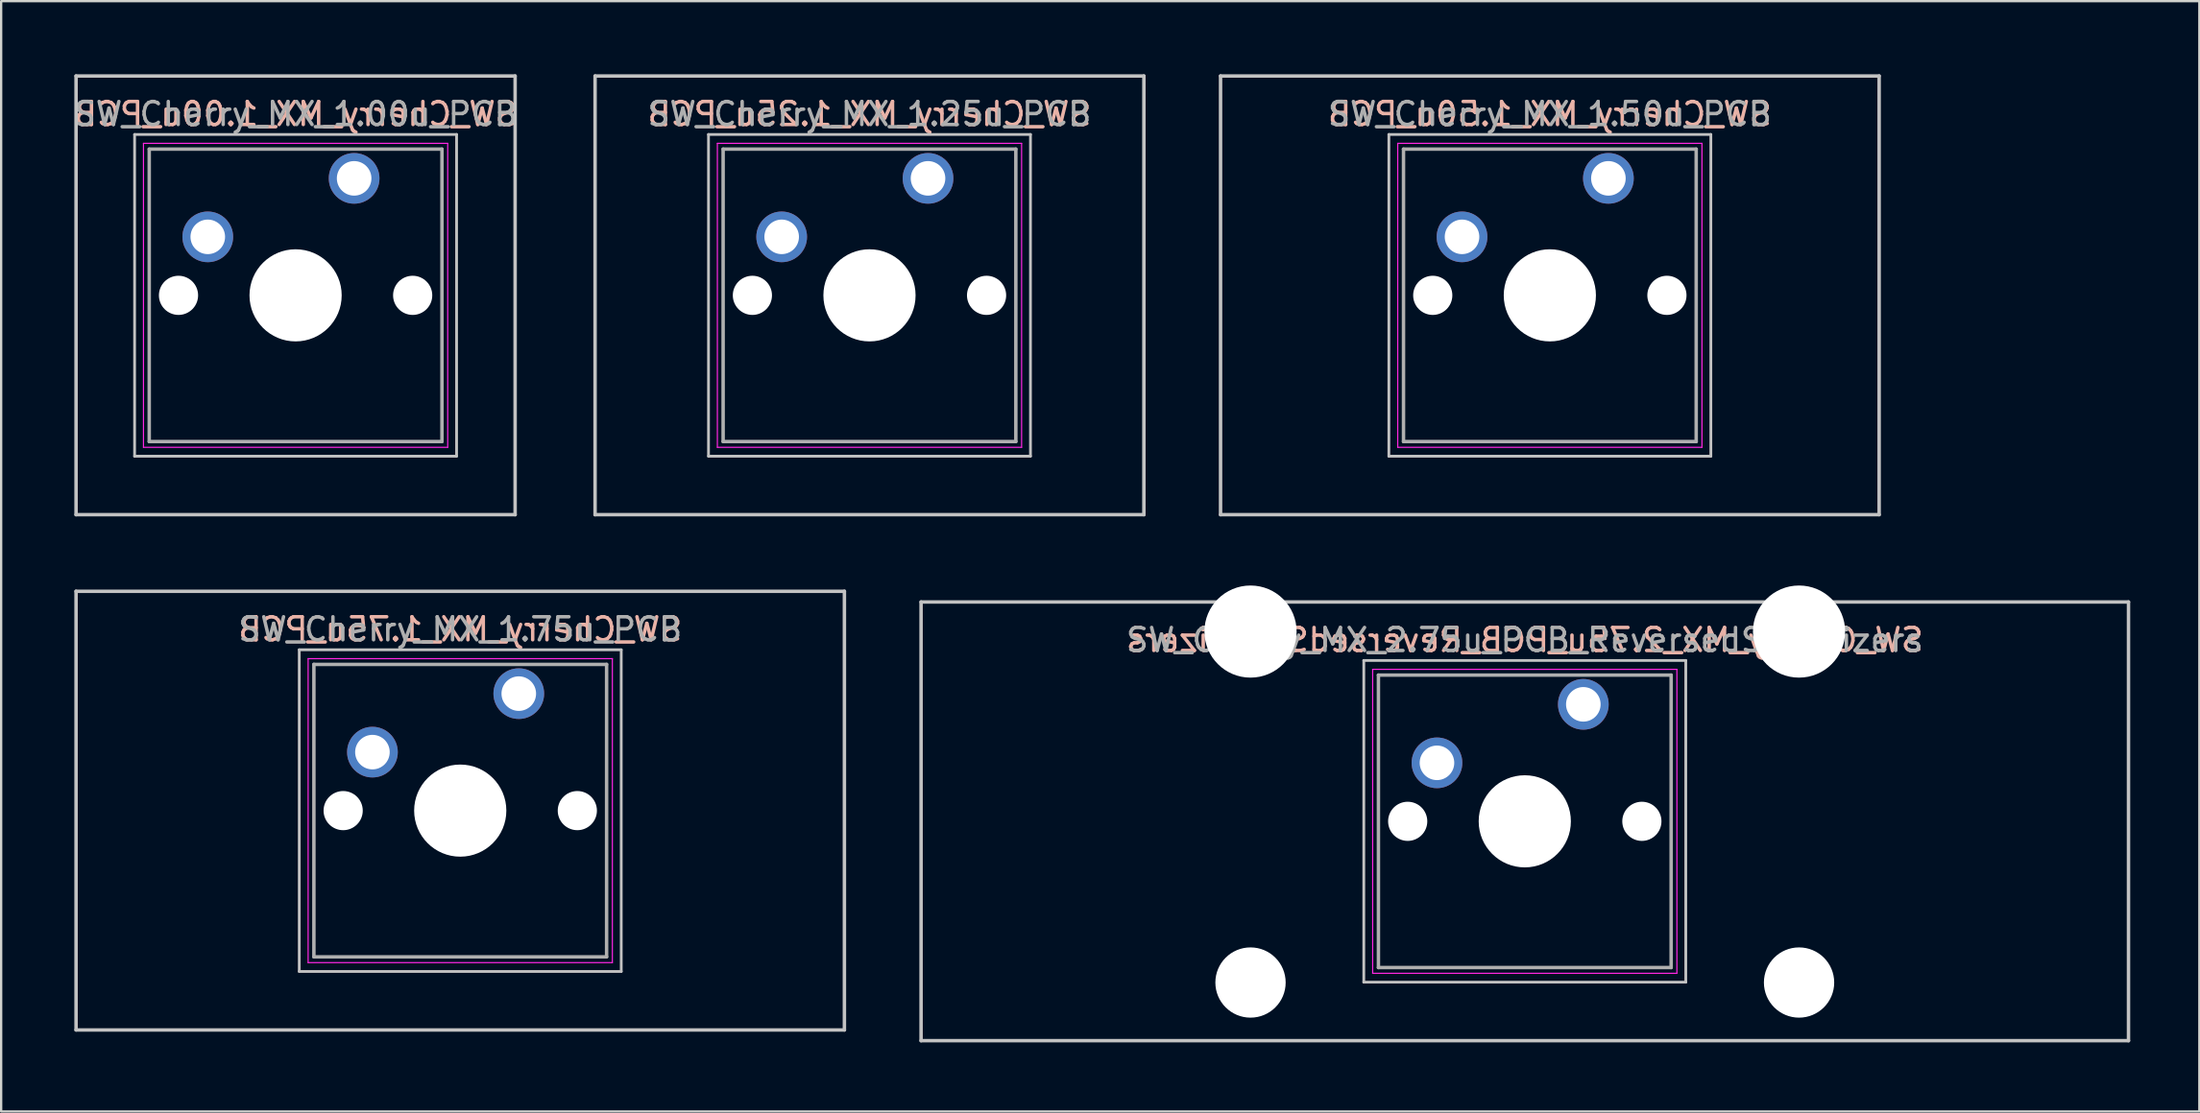
<source format=kicad_pcb>
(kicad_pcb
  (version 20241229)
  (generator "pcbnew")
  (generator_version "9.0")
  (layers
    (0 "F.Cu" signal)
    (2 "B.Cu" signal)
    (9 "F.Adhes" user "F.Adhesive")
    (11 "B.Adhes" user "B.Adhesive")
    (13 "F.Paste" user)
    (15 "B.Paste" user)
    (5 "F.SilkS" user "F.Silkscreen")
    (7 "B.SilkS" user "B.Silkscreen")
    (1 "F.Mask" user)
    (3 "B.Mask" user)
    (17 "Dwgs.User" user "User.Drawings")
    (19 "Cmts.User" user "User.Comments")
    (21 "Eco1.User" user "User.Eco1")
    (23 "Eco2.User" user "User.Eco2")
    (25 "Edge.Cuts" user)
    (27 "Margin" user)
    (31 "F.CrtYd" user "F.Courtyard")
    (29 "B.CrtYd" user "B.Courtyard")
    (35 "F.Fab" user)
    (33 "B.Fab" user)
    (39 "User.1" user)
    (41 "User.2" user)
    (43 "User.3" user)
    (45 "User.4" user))
  (footprint "SW_Cherry_MX_1.75u_PCB"
    (layer "F.Cu")
    (at 0.25 22.625)
    (property "Reference" "SW_Cherry_MX_1.75u_PCB" (at 16.669 1.651 0) (layer "B.SilkS") (effects (font (size 1 1) (thickness 0.15)) (justify mirror)))
    (attr through_hole)
    (fp_line (start 0 0) (end 33.337 0) (stroke (width 0.15) (type solid)) (layer "Dwgs.User"))
    (fp_line (start 0 19.05) (end 0 0) (stroke (width 0.15) (type solid)) (layer "Dwgs.User"))
    (fp_line (start 9.684 2.54) (end 23.654 2.54) (stroke (width 0.12) (type solid)) (layer "Dwgs.User"))
    (fp_line (start 9.684 16.51) (end 9.684 2.54) (stroke (width 0.12) (type solid)) (layer "Dwgs.User"))
    (fp_line (start 23.654 2.54) (end 23.654 16.51) (stroke (width 0.12) (type solid)) (layer "Dwgs.User"))
    (fp_line (start 23.654 16.51) (end 9.684 16.51) (stroke (width 0.12) (type solid)) (layer "Dwgs.User"))
    (fp_line (start 33.337 0) (end 33.337 19.05) (stroke (width 0.15) (type solid)) (layer "Dwgs.User"))
    (fp_line (start 33.337 19.05) (end 0 19.05) (stroke (width 0.15) (type solid)) (layer "Dwgs.User"))
    (fp_line (start 10.069 2.925) (end 23.269 2.925) (stroke (width 0.05) (type solid)) (layer "F.CrtYd"))
    (fp_line (start 10.069 16.125) (end 10.069 2.925) (stroke (width 0.05) (type solid)) (layer "F.CrtYd"))
    (fp_line (start 23.269 2.925) (end 23.269 16.125) (stroke (width 0.05) (type solid)) (layer "F.CrtYd"))
    (fp_line (start 23.269 16.125) (end 10.069 16.125) (stroke (width 0.05) (type solid)) (layer "F.CrtYd"))
    (fp_line (start 10.319 3.175) (end 23.019 3.175) (stroke (width 0.15) (type solid)) (layer "F.Fab"))
    (fp_line (start 10.319 15.875) (end 10.319 3.175) (stroke (width 0.15) (type solid)) (layer "F.Fab"))
    (fp_line (start 23.019 3.175) (end 23.019 15.875) (stroke (width 0.15) (type solid)) (layer "F.Fab"))
    (fp_line (start 23.019 15.875) (end 10.319 15.875) (stroke (width 0.15) (type solid)) (layer "F.Fab"))
    (fp_text user "${REFERENCE}" (at 16.669 1.651 0) (layer "F.Fab") (effects (font (size 1 1) (thickness 0.15))))
    (pad "" np_thru_hole circle (at 11.589 9.525) (size 1.7 1.7) (drill 1.7) (layers "*.Cu" "*.Mask"))
    (pad "" np_thru_hole circle (at 16.669 9.525) (size 4 4) (drill 4) (layers "*.Cu" "*.Mask"))
    (pad "" np_thru_hole circle (at 21.749 9.525) (size 1.7 1.7) (drill 1.7) (layers "*.Cu" "*.Mask"))
    (pad "1" thru_hole circle (at 19.209 4.445) (size 2.2 2.2) (drill 1.5) (layers "*.Cu" "*.Mask"))
    (pad "2" thru_hole circle (at 12.859 6.985) (size 2.2 2.2) (drill 1.5) (layers "*.Cu" "*.Mask")))
  (footprint "SW_Cherry_MX_1.25u_PCB"
    (layer "F.Cu")
    (at 22.769 0.25)
    (property "Reference" "SW_Cherry_MX_1.25u_PCB" (at 11.906 1.651 0) (layer "B.SilkS") (effects (font (size 1 1) (thickness 0.15)) (justify mirror)))
    (attr through_hole)
    (fp_line (start 0 0) (end 23.812 0) (stroke (width 0.15) (type solid)) (layer "Dwgs.User"))
    (fp_line (start 0 19.05) (end 0 0) (stroke (width 0.15) (type solid)) (layer "Dwgs.User"))
    (fp_line (start 4.921 2.54) (end 18.891 2.54) (stroke (width 0.12) (type solid)) (layer "Dwgs.User"))
    (fp_line (start 4.921 16.51) (end 4.921 2.54) (stroke (width 0.12) (type solid)) (layer "Dwgs.User"))
    (fp_line (start 18.891 2.54) (end 18.891 16.51) (stroke (width 0.12) (type solid)) (layer "Dwgs.User"))
    (fp_line (start 18.891 16.51) (end 4.921 16.51) (stroke (width 0.12) (type solid)) (layer "Dwgs.User"))
    (fp_line (start 23.812 0) (end 23.812 19.05) (stroke (width 0.15) (type solid)) (layer "Dwgs.User"))
    (fp_line (start 23.812 19.05) (end 0 19.05) (stroke (width 0.15) (type solid)) (layer "Dwgs.User"))
    (fp_line (start 5.306 2.925) (end 18.506 2.925) (stroke (width 0.05) (type solid)) (layer "F.CrtYd"))
    (fp_line (start 5.306 16.125) (end 5.306 2.925) (stroke (width 0.05) (type solid)) (layer "F.CrtYd"))
    (fp_line (start 18.506 2.925) (end 18.506 16.125) (stroke (width 0.05) (type solid)) (layer "F.CrtYd"))
    (fp_line (start 18.506 16.125) (end 5.306 16.125) (stroke (width 0.05) (type solid)) (layer "F.CrtYd"))
    (fp_line (start 5.556 3.175) (end 18.256 3.175) (stroke (width 0.15) (type solid)) (layer "F.Fab"))
    (fp_line (start 5.556 15.875) (end 5.556 3.175) (stroke (width 0.15) (type solid)) (layer "F.Fab"))
    (fp_line (start 18.256 3.175) (end 18.256 15.875) (stroke (width 0.15) (type solid)) (layer "F.Fab"))
    (fp_line (start 18.256 15.875) (end 5.556 15.875) (stroke (width 0.15) (type solid)) (layer "F.Fab"))
    (fp_text user "${REFERENCE}" (at 11.906 1.651 0) (layer "F.Fab") (effects (font (size 1 1) (thickness 0.15))))
    (pad "" np_thru_hole circle (at 6.826 9.525) (size 1.7 1.7) (drill 1.7) (layers "*.Cu" "*.Mask"))
    (pad "" np_thru_hole circle (at 11.906 9.525) (size 4 4) (drill 4) (layers "*.Cu" "*.Mask"))
    (pad "" np_thru_hole circle (at 16.986 9.525) (size 1.7 1.7) (drill 1.7) (layers "*.Cu" "*.Mask"))
    (pad "1" thru_hole circle (at 14.446 4.445) (size 2.2 2.2) (drill 1.5) (layers "*.Cu" "*.Mask"))
    (pad "2" thru_hole circle (at 8.096 6.985) (size 2.2 2.2) (drill 1.5) (layers "*.Cu" "*.Mask")))
  (footprint "SW_Cherry_MX_1.50u_PCB"
    (layer "F.Cu")
    (at 49.907 0.25)
    (property "Reference" "SW_Cherry_MX_1.50u_PCB" (at 14.287 1.651 0) (layer "B.SilkS") (effects (font (size 1 1) (thickness 0.15)) (justify mirror)))
    (attr through_hole)
    (fp_line (start 0 0) (end 28.575 0) (stroke (width 0.15) (type solid)) (layer "Dwgs.User"))
    (fp_line (start 0 19.05) (end 0 0) (stroke (width 0.15) (type solid)) (layer "Dwgs.User"))
    (fp_line (start 7.303 2.54) (end 21.273 2.54) (stroke (width 0.12) (type solid)) (layer "Dwgs.User"))
    (fp_line (start 7.303 16.51) (end 7.303 2.54) (stroke (width 0.12) (type solid)) (layer "Dwgs.User"))
    (fp_line (start 21.273 2.54) (end 21.273 16.51) (stroke (width 0.12) (type solid)) (layer "Dwgs.User"))
    (fp_line (start 21.273 16.51) (end 7.303 16.51) (stroke (width 0.12) (type solid)) (layer "Dwgs.User"))
    (fp_line (start 28.575 0) (end 28.575 19.05) (stroke (width 0.15) (type solid)) (layer "Dwgs.User"))
    (fp_line (start 28.575 19.05) (end 0 19.05) (stroke (width 0.15) (type solid)) (layer "Dwgs.User"))
    (fp_line (start 7.688 2.925) (end 20.887 2.925) (stroke (width 0.05) (type solid)) (layer "F.CrtYd"))
    (fp_line (start 7.688 16.125) (end 7.688 2.925) (stroke (width 0.05) (type solid)) (layer "F.CrtYd"))
    (fp_line (start 20.887 2.925) (end 20.887 16.125) (stroke (width 0.05) (type solid)) (layer "F.CrtYd"))
    (fp_line (start 20.887 16.125) (end 7.688 16.125) (stroke (width 0.05) (type solid)) (layer "F.CrtYd"))
    (fp_line (start 7.938 3.175) (end 20.637 3.175) (stroke (width 0.15) (type solid)) (layer "F.Fab"))
    (fp_line (start 7.938 15.875) (end 7.938 3.175) (stroke (width 0.15) (type solid)) (layer "F.Fab"))
    (fp_line (start 20.637 3.175) (end 20.637 15.875) (stroke (width 0.15) (type solid)) (layer "F.Fab"))
    (fp_line (start 20.637 15.875) (end 7.938 15.875) (stroke (width 0.15) (type solid)) (layer "F.Fab"))
    (fp_text user "${REFERENCE}" (at 14.287 1.651 0) (layer "F.Fab") (effects (font (size 1 1) (thickness 0.15))))
    (pad "" np_thru_hole circle (at 9.207 9.525) (size 1.7 1.7) (drill 1.7) (layers "*.Cu" "*.Mask"))
    (pad "" np_thru_hole circle (at 14.287 9.525) (size 4 4) (drill 4) (layers "*.Cu" "*.Mask"))
    (pad "" np_thru_hole circle (at 19.367 9.525) (size 1.7 1.7) (drill 1.7) (layers "*.Cu" "*.Mask"))
    (pad "1" thru_hole circle (at 16.828 4.445) (size 2.2 2.2) (drill 1.5) (layers "*.Cu" "*.Mask"))
    (pad "2" thru_hole circle (at 10.477 6.985) (size 2.2 2.2) (drill 1.5) (layers "*.Cu" "*.Mask")))
  (footprint "SW_Cherry_MX_1.00u_PCB"
    (layer "F.Cu")
    (at 0.25 0.25)
    (property "Reference" "SW_Cherry_MX_1.00u_PCB" (at 9.525 1.651 0) (layer "B.SilkS") (effects (font (size 1 1) (thickness 0.15)) (justify mirror)))
    (attr through_hole)
    (fp_line (start 0 0) (end 19.05 0) (stroke (width 0.15) (type solid)) (layer "Dwgs.User"))
    (fp_line (start 0 19.05) (end 0 0) (stroke (width 0.15) (type solid)) (layer "Dwgs.User"))
    (fp_line (start 2.54 2.54) (end 16.51 2.54) (stroke (width 0.12) (type solid)) (layer "Dwgs.User"))
    (fp_line (start 2.54 16.51) (end 2.54 2.54) (stroke (width 0.12) (type solid)) (layer "Dwgs.User"))
    (fp_line (start 16.51 2.54) (end 16.51 16.51) (stroke (width 0.12) (type solid)) (layer "Dwgs.User"))
    (fp_line (start 16.51 16.51) (end 2.54 16.51) (stroke (width 0.12) (type solid)) (layer "Dwgs.User"))
    (fp_line (start 19.05 0) (end 19.05 19.05) (stroke (width 0.15) (type solid)) (layer "Dwgs.User"))
    (fp_line (start 19.05 19.05) (end 0 19.05) (stroke (width 0.15) (type solid)) (layer "Dwgs.User"))
    (fp_line (start 2.925 2.925) (end 16.125 2.925) (stroke (width 0.05) (type solid)) (layer "F.CrtYd"))
    (fp_line (start 2.925 16.125) (end 2.925 2.925) (stroke (width 0.05) (type solid)) (layer "F.CrtYd"))
    (fp_line (start 16.125 2.925) (end 16.125 16.125) (stroke (width 0.05) (type solid)) (layer "F.CrtYd"))
    (fp_line (start 16.125 16.125) (end 2.925 16.125) (stroke (width 0.05) (type solid)) (layer "F.CrtYd"))
    (fp_line (start 3.175 3.175) (end 15.875 3.175) (stroke (width 0.15) (type solid)) (layer "F.Fab"))
    (fp_line (start 3.175 15.875) (end 3.175 3.175) (stroke (width 0.15) (type solid)) (layer "F.Fab"))
    (fp_line (start 15.875 3.175) (end 15.875 15.875) (stroke (width 0.15) (type solid)) (layer "F.Fab"))
    (fp_line (start 15.875 15.875) (end 3.175 15.875) (stroke (width 0.15) (type solid)) (layer "F.Fab"))
    (fp_text user "${REFERENCE}" (at 9.525 1.651 0) (layer "F.Fab") (effects (font (size 1 1) (thickness 0.15))))
    (pad "" np_thru_hole circle (at 4.445 9.525) (size 1.7 1.7) (drill 1.7) (layers "*.Cu" "*.Mask"))
    (pad "" np_thru_hole circle (at 9.525 9.525) (size 4 4) (drill 4) (layers "*.Cu" "*.Mask"))
    (pad "" np_thru_hole circle (at 14.605 9.525) (size 1.7 1.7) (drill 1.7) (layers "*.Cu" "*.Mask"))
    (pad "1" thru_hole circle (at 12.065 4.445) (size 2.2 2.2) (drill 1.5) (layers "*.Cu" "*.Mask"))
    (pad "2" thru_hole circle (at 5.715 6.985) (size 2.2 2.2) (drill 1.5) (layers "*.Cu" "*.Mask")))
  (footprint "SW_Cherry_MX_2.75u_PCB_ReversedStabilizers"
    (layer "F.Cu")
    (at 36.913 23.09)
    (property "Reference" "SW_Cherry_MX_2.75u_PCB_ReversedStabilizers" (at 26.194 1.651 0) (layer "B.SilkS") (effects (font (size 1 1) (thickness 0.15)) (justify mirror)))
    (attr through_hole)
    (fp_line (start 0 0) (end 52.388 0) (stroke (width 0.15) (type solid)) (layer "Dwgs.User"))
    (fp_line (start 0 19.05) (end 0 0) (stroke (width 0.15) (type solid)) (layer "Dwgs.User"))
    (fp_line (start 19.209 2.54) (end 33.179 2.54) (stroke (width 0.12) (type solid)) (layer "Dwgs.User"))
    (fp_line (start 19.209 16.51) (end 19.209 2.54) (stroke (width 0.12) (type solid)) (layer "Dwgs.User"))
    (fp_line (start 33.179 2.54) (end 33.179 16.51) (stroke (width 0.12) (type solid)) (layer "Dwgs.User"))
    (fp_line (start 33.179 16.51) (end 19.209 16.51) (stroke (width 0.12) (type solid)) (layer "Dwgs.User"))
    (fp_line (start 52.388 0) (end 52.388 19.05) (stroke (width 0.15) (type solid)) (layer "Dwgs.User"))
    (fp_line (start 52.388 19.05) (end 0 19.05) (stroke (width 0.15) (type solid)) (layer "Dwgs.User"))
    (fp_line (start 19.594 2.925) (end 32.794 2.925) (stroke (width 0.05) (type solid)) (layer "F.CrtYd"))
    (fp_line (start 19.594 16.125) (end 19.594 2.925) (stroke (width 0.05) (type solid)) (layer "F.CrtYd"))
    (fp_line (start 32.794 2.925) (end 32.794 16.125) (stroke (width 0.05) (type solid)) (layer "F.CrtYd"))
    (fp_line (start 32.794 16.125) (end 19.594 16.125) (stroke (width 0.05) (type solid)) (layer "F.CrtYd"))
    (fp_line (start 19.844 3.175) (end 32.544 3.175) (stroke (width 0.15) (type solid)) (layer "F.Fab"))
    (fp_line (start 19.844 15.875) (end 19.844 3.175) (stroke (width 0.15) (type solid)) (layer "F.Fab"))
    (fp_line (start 32.544 3.175) (end 32.544 15.875) (stroke (width 0.15) (type solid)) (layer "F.Fab"))
    (fp_line (start 32.544 15.875) (end 19.844 15.875) (stroke (width 0.15) (type solid)) (layer "F.Fab"))
    (fp_text user "${REFERENCE}" (at 26.194 1.651 0) (layer "F.Fab") (effects (font (size 1 1) (thickness 0.15))))
    (pad "" np_thru_hole circle (at 14.294 1.285) (size 4 4) (drill 4) (layers "*.Cu" "*.Mask"))
    (pad "" np_thru_hole circle (at 14.294 16.525) (size 3.05 3.05) (drill 3.05) (layers "*.Cu" "*.Mask"))
    (pad "" np_thru_hole circle (at 21.114 9.525) (size 1.7 1.7) (drill 1.7) (layers "*.Cu" "*.Mask"))
    (pad "" np_thru_hole circle (at 26.194 9.525) (size 4 4) (drill 4) (layers "*.Cu" "*.Mask"))
    (pad "" np_thru_hole circle (at 31.274 9.525) (size 1.7 1.7) (drill 1.7) (layers "*.Cu" "*.Mask"))
    (pad "" np_thru_hole circle (at 38.094 1.285) (size 4 4) (drill 4) (layers "*.Cu" "*.Mask"))
    (pad "" np_thru_hole circle (at 38.094 16.525) (size 3.05 3.05) (drill 3.05) (layers "*.Cu" "*.Mask"))
    (pad "1" thru_hole circle (at 28.734 4.445) (size 2.2 2.2) (drill 1.5) (layers "*.Cu" "*.Mask"))
    (pad "2" thru_hole circle (at 22.384 6.985) (size 2.2 2.2) (drill 1.5) (layers "*.Cu" "*.Mask")))
  (gr_rect
    (start -3 -3)
    (end 92.375 45.215)
    (stroke (width 0.1) (type default))
    (fill no)
    (layer "Edge.Cuts")))
</source>
